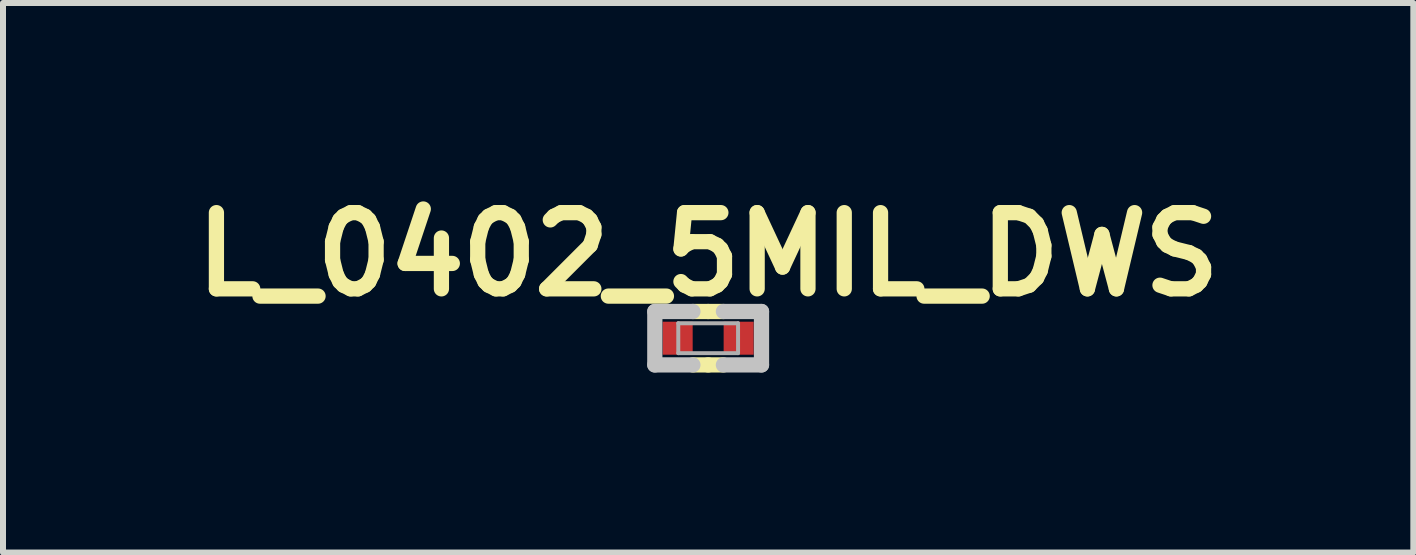
<source format=kicad_pcb>
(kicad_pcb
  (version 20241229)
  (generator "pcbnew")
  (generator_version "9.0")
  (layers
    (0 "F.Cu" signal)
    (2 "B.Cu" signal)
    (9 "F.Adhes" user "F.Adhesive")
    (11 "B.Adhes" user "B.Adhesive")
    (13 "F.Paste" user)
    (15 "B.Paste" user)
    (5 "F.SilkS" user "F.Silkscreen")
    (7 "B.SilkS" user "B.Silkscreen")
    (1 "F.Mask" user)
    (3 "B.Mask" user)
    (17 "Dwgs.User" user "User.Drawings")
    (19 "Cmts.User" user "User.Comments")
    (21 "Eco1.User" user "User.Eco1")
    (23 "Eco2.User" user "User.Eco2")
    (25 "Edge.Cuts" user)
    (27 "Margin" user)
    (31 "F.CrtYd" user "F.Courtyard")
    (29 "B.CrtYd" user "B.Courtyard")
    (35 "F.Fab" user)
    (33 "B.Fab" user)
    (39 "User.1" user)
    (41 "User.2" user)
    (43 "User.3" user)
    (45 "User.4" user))
  (footprint "L_0402_5MIL_DWS"
    (layer "F.Cu")
    (at 8.751 2.586)
    (property "Reference" "L_0402_5MIL_DWS" (at 0 -1.397 0) (layer "F.SilkS") (effects (font (size 1.27 1.27) (thickness 0.254))))
    (attr smd)
    (fp_line (start 0 -0.445) (end -0.254 -0.445) (stroke (width 0.254) (type solid)) (layer "F.SilkS"))
    (fp_line (start 0 -0.445) (end 0.254 -0.445) (stroke (width 0.254) (type solid)) (layer "F.SilkS"))
    (fp_line (start 0 0.445) (end -0.254 0.445) (stroke (width 0.254) (type solid)) (layer "F.SilkS"))
    (fp_line (start 0 0.445) (end 0.254 0.445) (stroke (width 0.254) (type solid)) (layer "F.SilkS"))
    (fp_line (start -0.889 -0.445) (end -0.889 0.445) (stroke (width 0.254) (type solid)) (layer "Dwgs.User"))
    (fp_line (start -0.889 0.445) (end -0.254 0.445) (stroke (width 0.254) (type solid)) (layer "Dwgs.User"))
    (fp_line (start -0.254 -0.445) (end -0.889 -0.445) (stroke (width 0.254) (type solid)) (layer "Dwgs.User"))
    (fp_line (start 0.254 -0.445) (end 0.889 -0.445) (stroke (width 0.254) (type solid)) (layer "Dwgs.User"))
    (fp_line (start 0.889 -0.445) (end 0.889 0.445) (stroke (width 0.254) (type solid)) (layer "Dwgs.User"))
    (fp_line (start 0.889 0.445) (end 0.254 0.445) (stroke (width 0.254) (type solid)) (layer "Dwgs.User"))
    (fp_line (start -0.498 -0.249) (end 0.498 -0.249) (stroke (width 0.066) (type solid)) (layer "F.Fab"))
    (fp_line (start -0.498 0.249) (end -0.498 -0.249) (stroke (width 0.066) (type solid)) (layer "F.Fab"))
    (fp_line (start -0.498 0.249) (end 0.498 0.249) (stroke (width 0.066) (type solid)) (layer "F.Fab"))
    (fp_line (start 0.498 0.249) (end 0.498 -0.249) (stroke (width 0.066) (type solid)) (layer "F.Fab"))
    (pad "1" smd rect (at -0.508 0 180) (size 0.5 0.55) (layers "F.Cu" "F.Mask" "F.Paste"))
    (pad "2" smd rect (at 0.508 0) (size 0.5 0.55) (layers "F.Cu" "F.Mask" "F.Paste")))
  (gr_rect
    (start -3 -3)
    (end 20.502 6.157)
    (stroke (width 0.1) (type default))
    (fill no)
    (layer "Edge.Cuts")))
</source>
